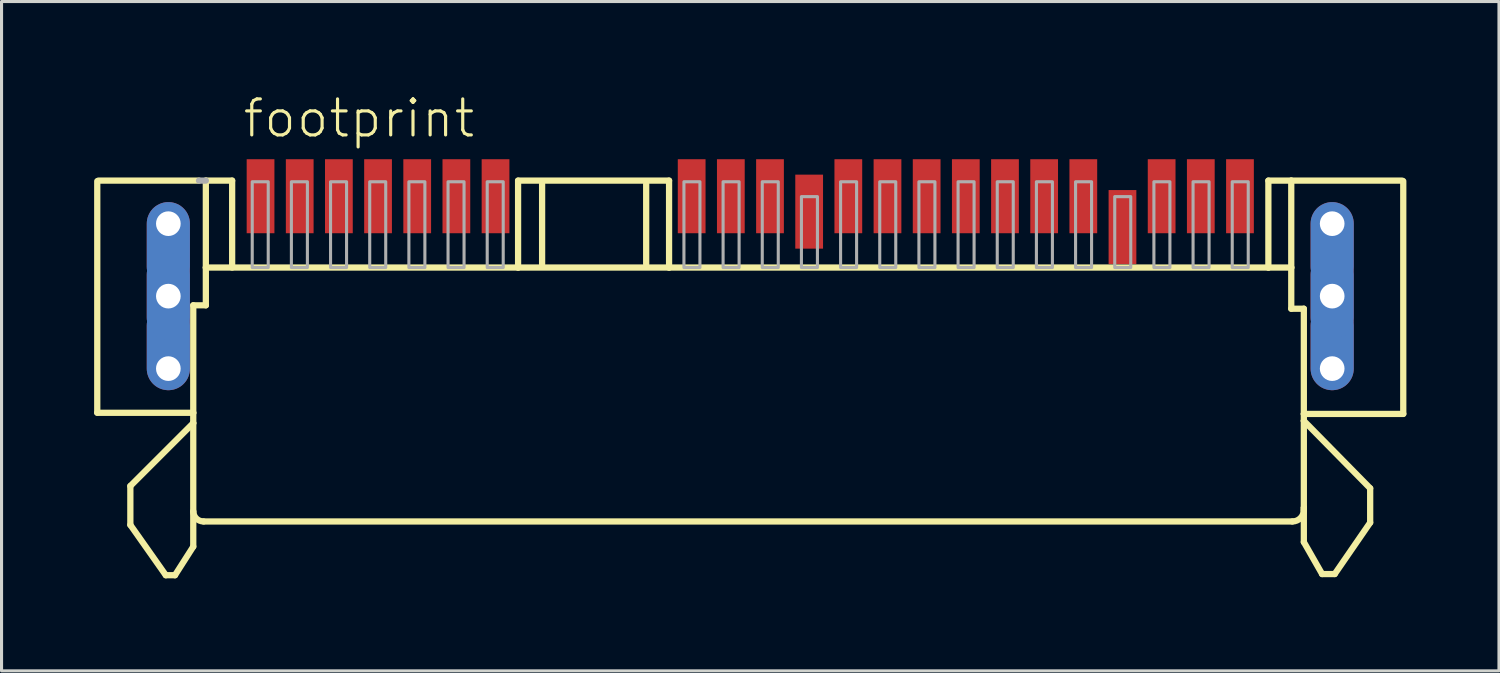
<source format=kicad_pcb>
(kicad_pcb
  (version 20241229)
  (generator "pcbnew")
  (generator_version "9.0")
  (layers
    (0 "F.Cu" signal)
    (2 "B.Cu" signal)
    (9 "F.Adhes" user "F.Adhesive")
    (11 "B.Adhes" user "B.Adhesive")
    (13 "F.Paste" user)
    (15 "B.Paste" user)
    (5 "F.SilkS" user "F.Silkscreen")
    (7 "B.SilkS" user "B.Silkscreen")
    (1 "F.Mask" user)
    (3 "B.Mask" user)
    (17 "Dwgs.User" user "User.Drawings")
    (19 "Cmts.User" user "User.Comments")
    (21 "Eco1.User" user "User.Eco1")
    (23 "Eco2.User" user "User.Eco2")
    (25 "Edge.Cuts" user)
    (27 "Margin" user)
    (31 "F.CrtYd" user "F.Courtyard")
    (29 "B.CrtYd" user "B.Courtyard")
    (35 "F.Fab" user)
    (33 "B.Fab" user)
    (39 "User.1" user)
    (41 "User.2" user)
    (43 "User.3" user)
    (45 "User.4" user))
  (footprint "footprint"
    (layer "F.Cu")
    (at 21.279 6.553)
    (property "Reference" "footprint" (at -16.51 -5.08 0) (layer "F.SilkS") (effects (font (size 1.168 1.168) (thickness 0.102)) (justify left bottom)))
    (fp_line (start -21.177 3.783) (end -18.062 3.783) (stroke (width 0.203) (type solid)) (layer "F.SilkS"))
    (fp_line (start -21.175 3.776) (end -21.175 -3.729) (stroke (width 0.203) (type solid)) (layer "F.SilkS"))
    (fp_line (start -21.14 -3.746) (end -17.876 -3.746) (stroke (width 0.203) (type solid)) (layer "F.SilkS"))
    (fp_line (start -20.102 6.157) (end -20.102 7.418) (stroke (width 0.203) (type solid)) (layer "F.SilkS"))
    (fp_line (start -20.102 7.418) (end -18.952 9.05) (stroke (width 0.203) (type solid)) (layer "F.SilkS"))
    (fp_line (start -18.952 9.05) (end -18.655 9.05) (stroke (width 0.203) (type solid)) (layer "F.SilkS"))
    (fp_line (start -18.655 9.05) (end -18.062 8.122) (stroke (width 0.203) (type solid)) (layer "F.SilkS"))
    (fp_line (start -18.062 0.297) (end -17.654 0.297) (stroke (width 0.203) (type solid)) (layer "F.SilkS"))
    (fp_line (start -18.062 3.783) (end -18.062 0.297) (stroke (width 0.203) (type solid)) (layer "F.SilkS"))
    (fp_line (start -18.062 4.117) (end -20.102 6.157) (stroke (width 0.203) (type solid)) (layer "F.SilkS"))
    (fp_line (start -18.062 4.117) (end -18.062 3.783) (stroke (width 0.203) (type solid)) (layer "F.SilkS"))
    (fp_line (start -18.062 6.973) (end -18.062 4.117) (stroke (width 0.203) (type solid)) (layer "F.SilkS"))
    (fp_line (start -18.062 8.122) (end -18.062 7.01) (stroke (width 0.203) (type solid)) (layer "F.SilkS"))
    (fp_line (start -17.654 -3.746) (end -16.801 -3.746) (stroke (width 0.203) (type solid)) (layer "F.SilkS"))
    (fp_line (start -17.654 -0.927) (end -17.654 -3.746) (stroke (width 0.203) (type solid)) (layer "F.SilkS"))
    (fp_line (start -17.654 -0.927) (end -7.529 -0.927) (stroke (width 0.203) (type solid)) (layer "F.SilkS"))
    (fp_line (start -17.654 0.297) (end -17.654 -0.927) (stroke (width 0.203) (type solid)) (layer "F.SilkS"))
    (fp_line (start -16.801 -3.746) (end -16.801 -0.927) (stroke (width 0.203) (type solid)) (layer "F.SilkS"))
    (fp_line (start -7.529 -3.746) (end -2.633 -3.746) (stroke (width 0.203) (type solid)) (layer "F.SilkS"))
    (fp_line (start -7.529 -0.927) (end -7.529 -3.746) (stroke (width 0.203) (type solid)) (layer "F.SilkS"))
    (fp_line (start -7.529 -0.927) (end -2.633 -0.927) (stroke (width 0.203) (type solid)) (layer "F.SilkS"))
    (fp_line (start -6.75 -1.038) (end -6.75 -3.635) (stroke (width 0.203) (type solid)) (layer "F.SilkS"))
    (fp_line (start -3.375 -1.038) (end -3.375 -3.635) (stroke (width 0.203) (type solid)) (layer "F.SilkS"))
    (fp_line (start -2.633 -3.746) (end -2.633 -0.927) (stroke (width 0.203) (type solid)) (layer "F.SilkS"))
    (fp_line (start -2.633 -0.927) (end 16.801 -0.927) (stroke (width 0.203) (type solid)) (layer "F.SilkS"))
    (fp_line (start 16.801 -3.746) (end 17.543 -3.746) (stroke (width 0.203) (type solid)) (layer "F.SilkS"))
    (fp_line (start 16.801 -0.927) (end 16.801 -3.746) (stroke (width 0.203) (type solid)) (layer "F.SilkS"))
    (fp_line (start 16.801 -0.927) (end 17.543 -0.927) (stroke (width 0.203) (type solid)) (layer "F.SilkS"))
    (fp_line (start 17.543 -3.746) (end 21.14 -3.746) (stroke (width 0.203) (type solid)) (layer "F.SilkS"))
    (fp_line (start 17.543 -0.927) (end 17.543 -3.746) (stroke (width 0.203) (type solid)) (layer "F.SilkS"))
    (fp_line (start 17.543 -0.927) (end 17.543 0.408) (stroke (width 0.203) (type solid)) (layer "F.SilkS"))
    (fp_line (start 17.543 0.408) (end 17.951 0.408) (stroke (width 0.203) (type solid)) (layer "F.SilkS"))
    (fp_line (start 17.58 7.306) (end -17.728 7.306) (stroke (width 0.203) (type solid)) (layer "F.SilkS"))
    (fp_line (start 17.951 0.408) (end 17.951 3.82) (stroke (width 0.203) (type solid)) (layer "F.SilkS"))
    (fp_line (start 17.951 3.82) (end 17.951 4.043) (stroke (width 0.203) (type solid)) (layer "F.SilkS"))
    (fp_line (start 17.951 4.043) (end 17.951 6.861) (stroke (width 0.203) (type solid)) (layer "F.SilkS"))
    (fp_line (start 17.951 4.043) (end 20.102 6.231) (stroke (width 0.203) (type solid)) (layer "F.SilkS"))
    (fp_line (start 17.951 6.861) (end 17.951 6.936) (stroke (width 0.203) (type solid)) (layer "F.SilkS"))
    (fp_line (start 17.951 7.974) (end 17.951 6.861) (stroke (width 0.203) (type solid)) (layer "F.SilkS"))
    (fp_line (start 18.544 9.012) (end 17.951 7.974) (stroke (width 0.203) (type solid)) (layer "F.SilkS"))
    (fp_line (start 18.952 9.012) (end 18.544 9.012) (stroke (width 0.203) (type solid)) (layer "F.SilkS"))
    (fp_line (start 20.102 6.231) (end 20.102 7.343) (stroke (width 0.203) (type solid)) (layer "F.SilkS"))
    (fp_line (start 20.102 7.343) (end 18.952 9.012) (stroke (width 0.203) (type solid)) (layer "F.SilkS"))
    (fp_line (start 21.175 -3.729) (end 21.175 3.813) (stroke (width 0.203) (type solid)) (layer "F.SilkS"))
    (fp_line (start 21.177 3.82) (end 17.951 3.82) (stroke (width 0.203) (type solid)) (layer "F.SilkS"))
    (fp_arc (start -17.7281 7.3063) (mid -17.964132 7.208532) (end -18.0619 6.9725) (stroke (width 0.2032) (type solid)) (layer "F.SilkS"))
    (fp_arc (start 17.9506 6.9355) (mid 17.841945 7.197716) (end 17.5797 7.3063) (stroke (width 0.2032) (type solid)) (layer "F.SilkS"))
    (fp_line (start -17.876 -3.746) (end -17.654 -3.746) (stroke (width 0.203) (type solid)) (layer "F.Fab"))
    (fp_poly (pts (xy -16.15 -0.927) (xy -15.631 -0.927) (xy -15.631 -3.709) (xy -16.15 -3.709)) (stroke (width 0.1) (type solid)) (fill no) (layer "F.Fab"))
    (fp_poly (pts (xy -14.88 -0.927) (xy -14.361 -0.927) (xy -14.361 -3.709) (xy -14.88 -3.709)) (stroke (width 0.1) (type solid)) (fill no) (layer "F.Fab"))
    (fp_poly (pts (xy -13.61 -0.927) (xy -13.091 -0.927) (xy -13.091 -3.709) (xy -13.61 -3.709)) (stroke (width 0.1) (type solid)) (fill no) (layer "F.Fab"))
    (fp_poly (pts (xy -12.34 -0.927) (xy -11.821 -0.927) (xy -11.821 -3.709) (xy -12.34 -3.709)) (stroke (width 0.1) (type solid)) (fill no) (layer "F.Fab"))
    (fp_poly (pts (xy -11.07 -0.927) (xy -10.551 -0.927) (xy -10.551 -3.709) (xy -11.07 -3.709)) (stroke (width 0.1) (type solid)) (fill no) (layer "F.Fab"))
    (fp_poly (pts (xy -9.8 -0.927) (xy -9.281 -0.927) (xy -9.281 -3.709) (xy -9.8 -3.709)) (stroke (width 0.1) (type solid)) (fill no) (layer "F.Fab"))
    (fp_poly (pts (xy -8.53 -0.927) (xy -8.011 -0.927) (xy -8.011 -3.709) (xy -8.53 -3.709)) (stroke (width 0.1) (type solid)) (fill no) (layer "F.Fab"))
    (fp_poly (pts (xy -2.151 -0.927) (xy -1.632 -0.927) (xy -1.632 -3.709) (xy -2.151 -3.709)) (stroke (width 0.1) (type solid)) (fill no) (layer "F.Fab"))
    (fp_poly (pts (xy -0.881 -0.927) (xy -0.362 -0.927) (xy -0.362 -3.709) (xy -0.881 -3.709)) (stroke (width 0.1) (type solid)) (fill no) (layer "F.Fab"))
    (fp_poly (pts (xy 0.389 -0.927) (xy 0.908 -0.927) (xy 0.908 -3.709) (xy 0.389 -3.709)) (stroke (width 0.1) (type solid)) (fill no) (layer "F.Fab"))
    (fp_poly (pts (xy 1.659 -0.927) (xy 2.178 -0.927) (xy 2.178 -3.227) (xy 1.659 -3.227)) (stroke (width 0.1) (type solid)) (fill no) (layer "F.Fab"))
    (fp_poly (pts (xy 2.929 -0.927) (xy 3.448 -0.927) (xy 3.448 -3.709) (xy 2.929 -3.709)) (stroke (width 0.1) (type solid)) (fill no) (layer "F.Fab"))
    (fp_poly (pts (xy 4.199 -0.927) (xy 4.718 -0.927) (xy 4.718 -3.709) (xy 4.199 -3.709)) (stroke (width 0.1) (type solid)) (fill no) (layer "F.Fab"))
    (fp_poly (pts (xy 5.469 -0.927) (xy 5.988 -0.927) (xy 5.988 -3.709) (xy 5.469 -3.709)) (stroke (width 0.1) (type solid)) (fill no) (layer "F.Fab"))
    (fp_poly (pts (xy 6.739 -0.927) (xy 7.258 -0.927) (xy 7.258 -3.709) (xy 6.739 -3.709)) (stroke (width 0.1) (type solid)) (fill no) (layer "F.Fab"))
    (fp_poly (pts (xy 8.009 -0.927) (xy 8.528 -0.927) (xy 8.528 -3.709) (xy 8.009 -3.709)) (stroke (width 0.1) (type solid)) (fill no) (layer "F.Fab"))
    (fp_poly (pts (xy 9.279 -0.927) (xy 9.798 -0.927) (xy 9.798 -3.709) (xy 9.279 -3.709)) (stroke (width 0.1) (type solid)) (fill no) (layer "F.Fab"))
    (fp_poly (pts (xy 10.549 -0.927) (xy 11.068 -0.927) (xy 11.068 -3.709) (xy 10.549 -3.709)) (stroke (width 0.1) (type solid)) (fill no) (layer "F.Fab"))
    (fp_poly (pts (xy 11.819 -0.927) (xy 12.338 -0.927) (xy 12.338 -3.227) (xy 11.819 -3.227)) (stroke (width 0.1) (type solid)) (fill no) (layer "F.Fab"))
    (fp_poly (pts (xy 13.089 -0.927) (xy 13.608 -0.927) (xy 13.608 -3.709) (xy 13.089 -3.709)) (stroke (width 0.1) (type solid)) (fill no) (layer "F.Fab"))
    (fp_poly (pts (xy 14.359 -0.927) (xy 14.878 -0.927) (xy 14.878 -3.709) (xy 14.359 -3.709)) (stroke (width 0.1) (type solid)) (fill no) (layer "F.Fab"))
    (fp_poly (pts (xy 15.629 -0.927) (xy 16.148 -0.927) (xy 16.148 -3.709) (xy 15.629 -3.709)) (stroke (width 0.1) (type solid)) (fill no) (layer "F.Fab"))
    (pad "1" smd rect (at -15.88 -3.24) (size 0.9 2.4) (layers "F.Cu" "F.Mask" "F.Paste"))
    (pad "2" smd rect (at -14.61 -3.24) (size 0.9 2.4) (layers "F.Cu" "F.Mask" "F.Paste"))
    (pad "3" smd rect (at -13.34 -3.24) (size 0.9 2.4) (layers "F.Cu" "F.Mask" "F.Paste"))
    (pad "4" smd rect (at -12.07 -3.24) (size 0.9 2.4) (layers "F.Cu" "F.Mask" "F.Paste"))
    (pad "5" smd rect (at -10.8 -3.24) (size 0.9 2.4) (layers "F.Cu" "F.Mask" "F.Paste"))
    (pad "6" smd rect (at -9.53 -3.24) (size 0.9 2.4) (layers "F.Cu" "F.Mask" "F.Paste"))
    (pad "7" smd rect (at -8.26 -3.24) (size 0.9 2.4) (layers "F.Cu" "F.Mask" "F.Paste"))
    (pad "8" smd rect (at -1.9 -3.24) (size 0.9 2.4) (layers "F.Cu" "F.Mask" "F.Paste"))
    (pad "9" smd rect (at -0.63 -3.24) (size 0.9 2.4) (layers "F.Cu" "F.Mask" "F.Paste"))
    (pad "10" smd rect (at 0.64 -3.24) (size 0.9 2.4) (layers "F.Cu" "F.Mask" "F.Paste"))
    (pad "11" smd rect (at 1.91 -2.74) (size 0.9 2.4) (layers "F.Cu" "F.Mask" "F.Paste"))
    (pad "12" smd rect (at 3.18 -3.24) (size 0.9 2.4) (layers "F.Cu" "F.Mask" "F.Paste"))
    (pad "13" smd rect (at 4.45 -3.24) (size 0.9 2.4) (layers "F.Cu" "F.Mask" "F.Paste"))
    (pad "14" smd rect (at 5.72 -3.24) (size 0.9 2.4) (layers "F.Cu" "F.Mask" "F.Paste"))
    (pad "15" smd rect (at 6.99 -3.24) (size 0.9 2.4) (layers "F.Cu" "F.Mask" "F.Paste"))
    (pad "16" smd rect (at 8.26 -3.24) (size 0.9 2.4) (layers "F.Cu" "F.Mask" "F.Paste"))
    (pad "17" smd rect (at 9.53 -3.24) (size 0.9 2.4) (layers "F.Cu" "F.Mask" "F.Paste"))
    (pad "18" smd rect (at 10.8 -3.24) (size 0.9 2.4) (layers "F.Cu" "F.Mask" "F.Paste"))
    (pad "19" smd rect (at 12.07 -2.24) (size 0.9 2.4) (layers "F.Cu" "F.Mask" "F.Paste"))
    (pad "20" smd rect (at 13.34 -3.24) (size 0.9 2.4) (layers "F.Cu" "F.Mask" "F.Paste"))
    (pad "21" smd rect (at 14.61 -3.24) (size 0.9 2.4) (layers "F.Cu" "F.Mask" "F.Paste"))
    (pad "22" smd rect (at 15.88 -3.24) (size 0.9 2.4) (layers "F.Cu" "F.Mask" "F.Paste"))
    (pad "M1@1" thru_hole oval (at -18.87 2.35 90) (size 2.8 1.4) (drill 0.8 (offset 0.7 0)) (layers "*.Cu" "*.Mask"))
    (pad "M1@2" thru_hole oval (at -18.87 -2.35 270) (size 2.8 1.4) (drill 0.8 (offset 0.7 0)) (layers "*.Cu" "*.Mask"))
    (pad "M1@3" thru_hole oval (at -18.87 0 90) (size 2.8 1.4) (drill 0.8) (layers "*.Cu" "*.Mask"))
    (pad "M2@1" thru_hole oval (at 18.87 2.35 90) (size 2.8 1.4) (drill 0.8 (offset 0.7 0)) (layers "*.Cu" "*.Mask"))
    (pad "M2@2" thru_hole oval (at 18.87 -2.35 270) (size 2.8 1.4) (drill 0.8 (offset 0.7 0)) (layers "*.Cu" "*.Mask"))
    (pad "M2@3" thru_hole oval (at 18.87 0 90) (size 2.8 1.4) (drill 0.8) (layers "*.Cu" "*.Mask")))
  (gr_rect
    (start -3 -3)
    (end 45.558 18.704)
    (stroke (width 0.1) (type default))
    (fill no)
    (layer "Edge.Cuts")))
</source>
